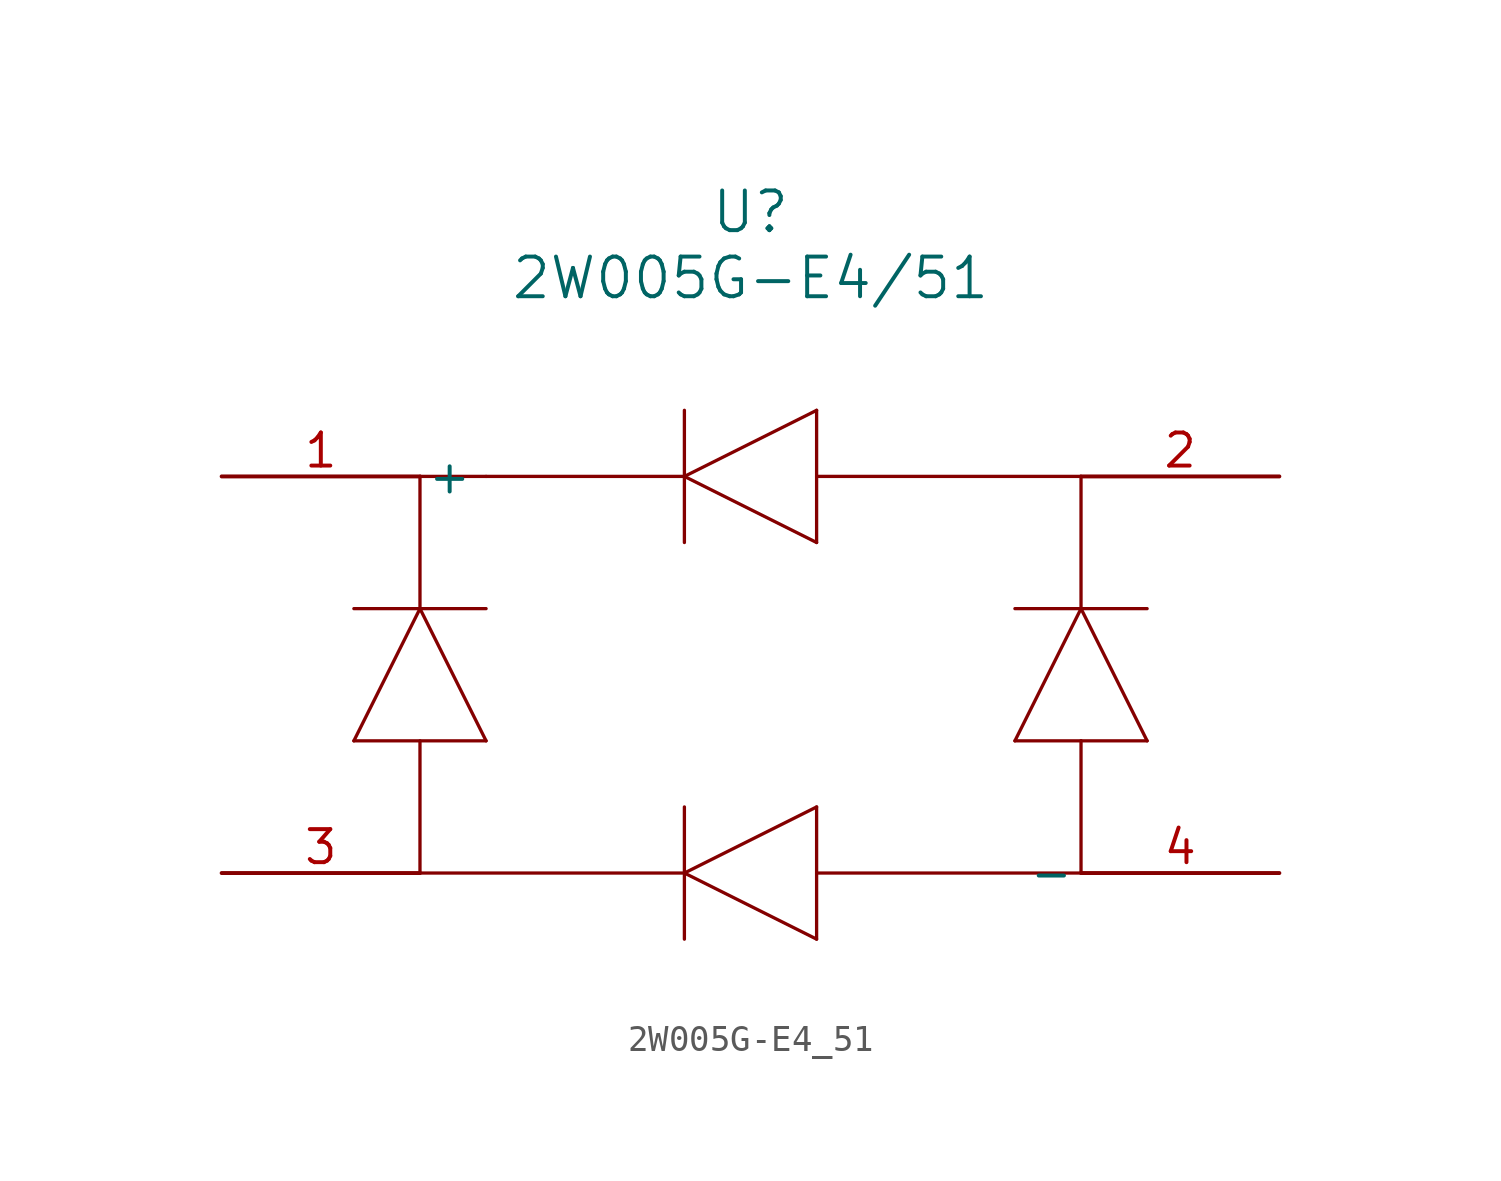
<source format=kicad_sym>
(kicad_symbol_lib
  (version 20211014)
  (generator kicad_symbol_editor)
  (symbol "2W005G-E4_51"
    (pin_names
      (offset 0.254))
    (property "Reference" "U"
      (at 20.32 10.16 0)
      (effects (font (size 1.524 1.524))))
    (property "Value" "2W005G-E4/51"
      (at 20.32 7.62 0)
      (effects (font (size 1.524 1.524))))
    (symbol "2W005G-E4_51_0_1"
      (polyline (pts (xy 10.16 0) (xy 17.78 0)) (stroke (width 0.127) (type default) (color 0 0 0 0)) (fill (type none)))
      (polyline (pts (xy 10.16 0) (xy 7.62 0)) (stroke (width 0.127) (type default) (color 0 0 0 0)) (fill (type none)))
      (polyline (pts (xy 33.02 0) (xy 22.86 0)) (stroke (width 0.127) (type default) (color 0 0 0 0)) (fill (type none)))
      (polyline (pts (xy 22.86 -2.54) (xy 22.86 2.54)) (stroke (width 0.127) (type default) (color 0 0 0 0)) (fill (type none)))
      (polyline (pts (xy 22.86 2.54) (xy 17.78 0)) (stroke (width 0.127) (type default) (color 0 0 0 0)) (fill (type none)))
      (polyline (pts (xy 17.78 0) (xy 22.86 -2.54)) (stroke (width 0.127) (type default) (color 0 0 0 0)) (fill (type none)))
      (polyline (pts (xy 17.78 0) (xy 17.78 2.54)) (stroke (width 0.127) (type default) (color 0 0 0 0)) (fill (type none)))
      (polyline (pts (xy 17.78 0) (xy 17.78 -2.54)) (stroke (width 0.127) (type default) (color 0 0 0 0)) (fill (type none)))
      (polyline (pts (xy 7.62 -15.24) (xy 7.62 -10.16)) (stroke (width 0.127) (type default) (color 0 0 0 0)) (fill (type none)))
      (polyline (pts (xy 7.62 0) (xy 7.62 -5.08)) (stroke (width 0.127) (type default) (color 0 0 0 0)) (fill (type none)))
      (polyline (pts (xy 7.62 -5.08) (xy 5.08 -5.08)) (stroke (width 0.127) (type default) (color 0 0 0 0)) (fill (type none)))
      (polyline (pts (xy 7.62 -5.08) (xy 10.16 -5.08)) (stroke (width 0.127) (type default) (color 0 0 0 0)) (fill (type none)))
      (polyline (pts (xy 7.62 -5.08) (xy 5.08 -10.16)) (stroke (width 0.127) (type default) (color 0 0 0 0)) (fill (type none)))
      (polyline (pts (xy 5.08 -10.16) (xy 10.16 -10.16)) (stroke (width 0.127) (type default) (color 0 0 0 0)) (fill (type none)))
      (polyline (pts (xy 10.16 -10.16) (xy 7.62 -5.08)) (stroke (width 0.127) (type default) (color 0 0 0 0)) (fill (type none)))
      (polyline (pts (xy 7.62 -15.24) (xy 17.78 -15.24)) (stroke (width 0.127) (type default) (color 0 0 0 0)) (fill (type none)))
      (polyline (pts (xy 17.78 -12.7) (xy 17.78 -17.78)) (stroke (width 0.127) (type default) (color 0 0 0 0)) (fill (type none)))
      (polyline (pts (xy 17.78 -15.24) (xy 22.86 -12.7)) (stroke (width 0.127) (type default) (color 0 0 0 0)) (fill (type none)))
      (polyline (pts (xy 22.86 -12.7) (xy 22.86 -17.78)) (stroke (width 0.127) (type default) (color 0 0 0 0)) (fill (type none)))
      (polyline (pts (xy 22.86 -17.78) (xy 17.78 -15.24)) (stroke (width 0.127) (type default) (color 0 0 0 0)) (fill (type none)))
      (polyline (pts (xy 22.86 -15.24) (xy 33.02 -15.24)) (stroke (width 0.127) (type default) (color 0 0 0 0)) (fill (type none)))
      (polyline (pts (xy 33.02 -15.24) (xy 33.02 -10.16)) (stroke (width 0.127) (type default) (color 0 0 0 0)) (fill (type none)))
      (polyline (pts (xy 33.02 -10.16) (xy 30.48 -10.16)) (stroke (width 0.127) (type default) (color 0 0 0 0)) (fill (type none)))
      (polyline (pts (xy 33.02 -10.16) (xy 35.56 -10.16)) (stroke (width 0.127) (type default) (color 0 0 0 0)) (fill (type none)))
      (polyline (pts (xy 35.56 -10.16) (xy 33.02 -5.08)) (stroke (width 0.127) (type default) (color 0 0 0 0)) (fill (type none)))
      (polyline (pts (xy 30.48 -10.16) (xy 33.02 -5.08)) (stroke (width 0.127) (type default) (color 0 0 0 0)) (fill (type none)))
      (polyline (pts (xy 30.48 -5.08) (xy 35.56 -5.08)) (stroke (width 0.127) (type default) (color 0 0 0 0)) (fill (type none)))
      (polyline (pts (xy 33.02 -5.08) (xy 33.02 0)) (stroke (width 0.127) (type default) (color 0 0 0 0)) (fill (type none)))
      (pin unspecified line (at 0 0 0) (length 7.62) (name "+" (effects (font (size 1.27 1.27)))) (number "1" (effects (font (size 1.27 1.27)))))
      (pin unspecified line (at 40.64 0 180) (length 7.62) (name "~" (effects (font (size 1.27 1.27)))) (number "2" (effects (font (size 1.27 1.27)))))
      (pin unspecified line (at 0 -15.24 0) (length 7.62) (name "~" (effects (font (size 1.27 1.27)))) (number "3" (effects (font (size 1.27 1.27)))))
      (pin unspecified line (at 40.64 -15.24 180) (length 7.62) (name "-" (effects (font (size 1.27 1.27)))) (number "4" (effects (font (size 1.27 1.27))))))))
</source>
